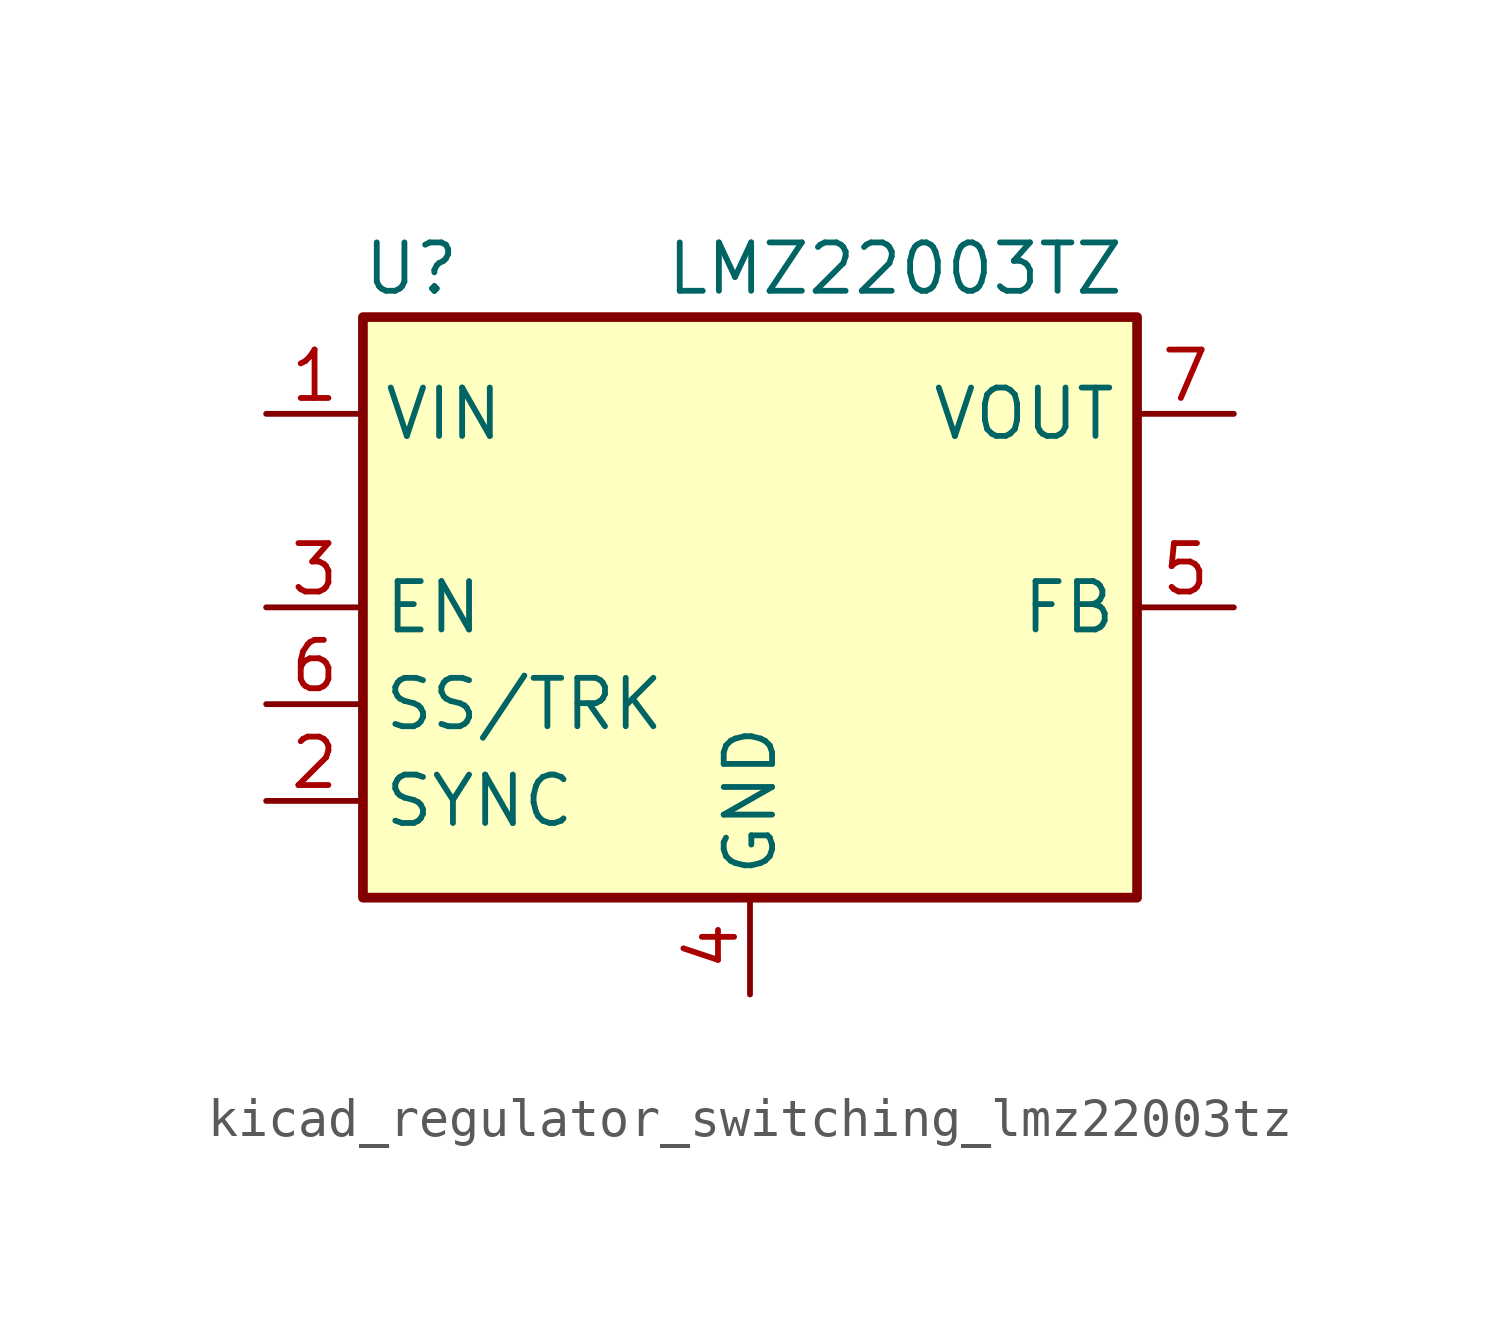
<source format=kicad_sym>
(kicad_symbol_lib
  (version 20220914)
  (generator kicad_symbol_editor)
  (symbol "kicad_regulator_switching_lmz22003tz"
    (property "Reference" "U"
      (at -8.89 8.89 0)
      (effects (font (size 1.27 1.27))))
    (property "Value" "LMZ22003TZ"
      (at 3.81 8.89 0)
      (effects (font (size 1.27 1.27))))
    (symbol "kicad_regulator_switching_lmz22003tz_0_1"
      (rectangle (start -10.16 7.62) (end 10.16 -7.62) (stroke (width 0.254) (type default)) (fill (type background))))
    (symbol "kicad_regulator_switching_lmz22003tz_1_1"
      (pin power_in line (at -12.7 5.08 0) (length 2.54) (name "VIN" (effects (font (size 1.27 1.27)))) (number "1" (effects (font (size 1.27 1.27)))))
      (pin input line (at -12.7 -5.08 0) (length 2.54) (name "SYNC" (effects (font (size 1.27 1.27)))) (number "2" (effects (font (size 1.27 1.27)))))
      (pin input line (at -12.7 0 0) (length 2.54) (name "EN" (effects (font (size 1.27 1.27)))) (number "3" (effects (font (size 1.27 1.27)))))
      (pin power_in line (at 0 -10.16 90) (length 2.54) (name "GND" (effects (font (size 1.27 1.27)))) (number "4" (effects (font (size 1.27 1.27)))))
      (pin input line (at 12.7 0 180) (length 2.54) (name "FB" (effects (font (size 1.27 1.27)))) (number "5" (effects (font (size 1.27 1.27)))))
      (pin passive line (at -12.7 -2.54 0) (length 2.54) (name "SS/TRK" (effects (font (size 1.27 1.27)))) (number "6" (effects (font (size 1.27 1.27)))))
      (pin power_out line (at 12.7 5.08 180) (length 2.54) (name "VOUT" (effects (font (size 1.27 1.27)))) (number "7" (effects (font (size 1.27 1.27))))))))
</source>
